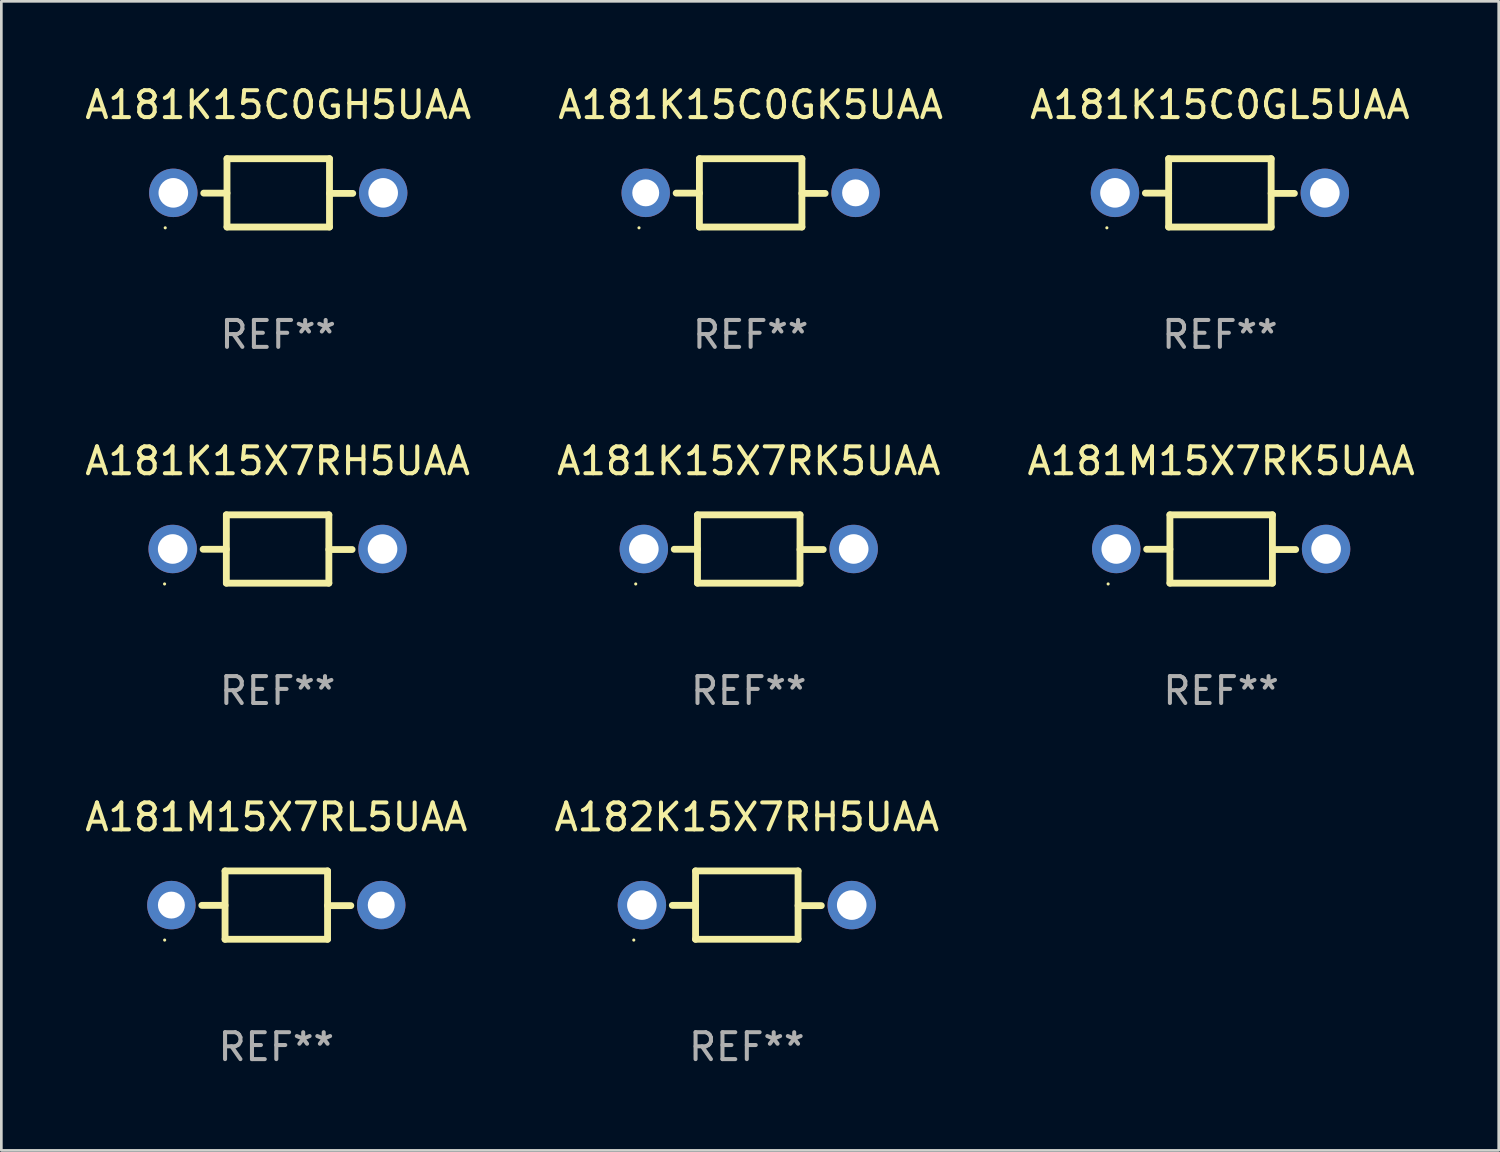
<source format=kicad_pcb>
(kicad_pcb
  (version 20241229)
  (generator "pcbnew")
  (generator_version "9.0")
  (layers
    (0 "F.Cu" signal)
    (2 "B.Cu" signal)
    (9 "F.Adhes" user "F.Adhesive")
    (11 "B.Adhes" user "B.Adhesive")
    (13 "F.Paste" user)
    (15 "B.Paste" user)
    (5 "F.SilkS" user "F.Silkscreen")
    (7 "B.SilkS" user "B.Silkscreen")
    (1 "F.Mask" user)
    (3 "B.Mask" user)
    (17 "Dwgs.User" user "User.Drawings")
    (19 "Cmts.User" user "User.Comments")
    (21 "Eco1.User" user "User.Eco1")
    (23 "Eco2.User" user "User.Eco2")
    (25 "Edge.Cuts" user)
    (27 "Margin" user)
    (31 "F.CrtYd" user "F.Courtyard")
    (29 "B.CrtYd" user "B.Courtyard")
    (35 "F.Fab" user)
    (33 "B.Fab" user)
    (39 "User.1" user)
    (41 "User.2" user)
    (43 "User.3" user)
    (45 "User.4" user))
  (footprint "A181M15X7RK5UAA"
    (layer "F.Cu")
    (at 42.339 17.355)
    (property "Reference" "A181M15X7RK5UAA" (at 0 -3.27 0) (layer "F.SilkS") (effects (font (size 1 1) (thickness 0.15))))
    (attr through_hole)
    (fp_line (start -1.905 -1.27) (end -1.905 1.27) (stroke (width 0.254) (type solid)) (layer "F.SilkS"))
    (fp_line (start -1.905 0.01) (end -2.769 0.01) (stroke (width 0.254) (type solid)) (layer "F.SilkS"))
    (fp_line (start -1.905 1.27) (end 1.905 1.27) (stroke (width 0.254) (type solid)) (layer "F.SilkS"))
    (fp_line (start 1.905 -1.27) (end -1.905 -1.27) (stroke (width 0.254) (type solid)) (layer "F.SilkS"))
    (fp_line (start 1.905 0.02) (end 2.769 0.02) (stroke (width 0.254) (type solid)) (layer "F.SilkS"))
    (fp_line (start 1.905 1.27) (end 1.905 -1.27) (stroke (width 0.254) (type solid)) (layer "F.SilkS"))
    (fp_circle (center -4.201 1.3) (end -4.171 1.3) (stroke (width 0.06) (type solid)) (fill no) (layer "F.SilkS"))
    (fp_text user "REF**" (at 0 5.27 0) (layer "F.Fab") (effects (font (size 1 1) (thickness 0.15))))
    (pad "1" thru_hole circle (at -3.9 0) (size 1.8 1.8) (drill 1.1) (layers "*.Cu" "*.Mask"))
    (pad "2" thru_hole circle (at 3.9 0) (size 1.8 1.8) (drill 1.1) (layers "*.Cu" "*.Mask")))
  (footprint "A181M15X7RL5UAA"
    (layer "F.Cu")
    (at 7.22 30.591)
    (property "Reference" "A181M15X7RL5UAA" (at 0 -3.27 0) (layer "F.SilkS") (effects (font (size 1 1) (thickness 0.15))))
    (attr through_hole)
    (fp_line (start -1.905 -1.27) (end -1.905 1.27) (stroke (width 0.254) (type solid)) (layer "F.SilkS"))
    (fp_line (start -1.905 0.01) (end -2.769 0.01) (stroke (width 0.254) (type solid)) (layer "F.SilkS"))
    (fp_line (start -1.905 1.27) (end 1.905 1.27) (stroke (width 0.254) (type solid)) (layer "F.SilkS"))
    (fp_line (start 1.905 -1.27) (end -1.905 -1.27) (stroke (width 0.254) (type solid)) (layer "F.SilkS"))
    (fp_line (start 1.905 0.02) (end 2.769 0.02) (stroke (width 0.254) (type solid)) (layer "F.SilkS"))
    (fp_line (start 1.905 1.27) (end 1.905 -1.27) (stroke (width 0.254) (type solid)) (layer "F.SilkS"))
    (fp_circle (center -4.15 1.3) (end -4.12 1.3) (stroke (width 0.06) (type solid)) (fill no) (layer "F.SilkS"))
    (fp_text user "REF**" (at 0 5.27 0) (layer "F.Fab") (effects (font (size 1 1) (thickness 0.15))))
    (pad "1" thru_hole circle (at -3.9 0) (size 1.8 1.8) (drill 1) (layers "*.Cu" "*.Mask"))
    (pad "2" thru_hole circle (at 3.9 0) (size 1.8 1.8) (drill 1) (layers "*.Cu" "*.Mask")))
  (footprint "A181K15C0GL5UAA"
    (layer "F.Cu")
    (at 42.292 4.118)
    (property "Reference" "A181K15C0GL5UAA" (at 0 -3.27 0) (layer "F.SilkS") (effects (font (size 1 1) (thickness 0.15))))
    (attr through_hole)
    (fp_line (start -1.905 -1.27) (end -1.905 1.27) (stroke (width 0.254) (type solid)) (layer "F.SilkS"))
    (fp_line (start -1.905 0.01) (end -2.769 0.01) (stroke (width 0.254) (type solid)) (layer "F.SilkS"))
    (fp_line (start -1.905 1.27) (end 1.905 1.27) (stroke (width 0.254) (type solid)) (layer "F.SilkS"))
    (fp_line (start 1.905 -1.27) (end -1.905 -1.27) (stroke (width 0.254) (type solid)) (layer "F.SilkS"))
    (fp_line (start 1.905 0.02) (end 2.769 0.02) (stroke (width 0.254) (type solid)) (layer "F.SilkS"))
    (fp_line (start 1.905 1.27) (end 1.905 -1.27) (stroke (width 0.254) (type solid)) (layer "F.SilkS"))
    (fp_circle (center -4.201 1.3) (end -4.171 1.3) (stroke (width 0.06) (type solid)) (fill no) (layer "F.SilkS"))
    (fp_text user "REF**" (at 0 5.27 0) (layer "F.Fab") (effects (font (size 1 1) (thickness 0.15))))
    (pad "1" thru_hole circle (at -3.9 0) (size 1.8 1.8) (drill 1.1) (layers "*.Cu" "*.Mask"))
    (pad "2" thru_hole circle (at 3.9 0) (size 1.8 1.8) (drill 1.1) (layers "*.Cu" "*.Mask")))
  (footprint "A182K15X7RH5UAA"
    (layer "F.Cu")
    (at 24.708 30.591)
    (property "Reference" "A182K15X7RH5UAA" (at 0 -3.27 0) (layer "F.SilkS") (effects (font (size 1 1) (thickness 0.15))))
    (attr through_hole)
    (fp_line (start -1.905 -1.27) (end -1.905 1.27) (stroke (width 0.254) (type solid)) (layer "F.SilkS"))
    (fp_line (start -1.905 0.01) (end -2.769 0.01) (stroke (width 0.254) (type solid)) (layer "F.SilkS"))
    (fp_line (start -1.905 1.27) (end 1.905 1.27) (stroke (width 0.254) (type solid)) (layer "F.SilkS"))
    (fp_line (start 1.905 -1.27) (end -1.905 -1.27) (stroke (width 0.254) (type solid)) (layer "F.SilkS"))
    (fp_line (start 1.905 0.02) (end 2.769 0.02) (stroke (width 0.254) (type solid)) (layer "F.SilkS"))
    (fp_line (start 1.905 1.27) (end 1.905 -1.27) (stroke (width 0.254) (type solid)) (layer "F.SilkS"))
    (fp_circle (center -4.201 1.3) (end -4.171 1.3) (stroke (width 0.06) (type solid)) (fill no) (layer "F.SilkS"))
    (fp_text user "REF**" (at 0 5.27 0) (layer "F.Fab") (effects (font (size 1 1) (thickness 0.15))))
    (pad "1" thru_hole circle (at -3.9 0) (size 1.8 1.8) (drill 1.1) (layers "*.Cu" "*.Mask"))
    (pad "2" thru_hole circle (at 3.9 0) (size 1.8 1.8) (drill 1.1) (layers "*.Cu" "*.Mask")))
  (footprint "A181K15C0GK5UAA"
    (layer "F.Cu")
    (at 24.851 4.118)
    (property "Reference" "A181K15C0GK5UAA" (at 0 -3.27 0) (layer "F.SilkS") (effects (font (size 1 1) (thickness 0.15))))
    (attr through_hole)
    (fp_line (start -1.905 -1.27) (end -1.905 1.27) (stroke (width 0.254) (type solid)) (layer "F.SilkS"))
    (fp_line (start -1.905 0.01) (end -2.769 0.01) (stroke (width 0.254) (type solid)) (layer "F.SilkS"))
    (fp_line (start -1.905 1.27) (end 1.905 1.27) (stroke (width 0.254) (type solid)) (layer "F.SilkS"))
    (fp_line (start 1.905 -1.27) (end -1.905 -1.27) (stroke (width 0.254) (type solid)) (layer "F.SilkS"))
    (fp_line (start 1.905 0.02) (end 2.769 0.02) (stroke (width 0.254) (type solid)) (layer "F.SilkS"))
    (fp_line (start 1.905 1.27) (end 1.905 -1.27) (stroke (width 0.254) (type solid)) (layer "F.SilkS"))
    (fp_circle (center -4.15 1.3) (end -4.12 1.3) (stroke (width 0.06) (type solid)) (fill no) (layer "F.SilkS"))
    (fp_text user "REF**" (at 0 5.27 0) (layer "F.Fab") (effects (font (size 1 1) (thickness 0.15))))
    (pad "1" thru_hole circle (at -3.9 0) (size 1.8 1.8) (drill 1) (layers "*.Cu" "*.Mask"))
    (pad "2" thru_hole circle (at 3.9 0) (size 1.8 1.8) (drill 1) (layers "*.Cu" "*.Mask")))
  (footprint "A181K15X7RH5UAA"
    (layer "F.Cu")
    (at 7.268 17.355)
    (property "Reference" "A181K15X7RH5UAA" (at 0 -3.27 0) (layer "F.SilkS") (effects (font (size 1 1) (thickness 0.15))))
    (attr through_hole)
    (fp_line (start -1.905 -1.27) (end -1.905 1.27) (stroke (width 0.254) (type solid)) (layer "F.SilkS"))
    (fp_line (start -1.905 0.01) (end -2.769 0.01) (stroke (width 0.254) (type solid)) (layer "F.SilkS"))
    (fp_line (start -1.905 1.27) (end 1.905 1.27) (stroke (width 0.254) (type solid)) (layer "F.SilkS"))
    (fp_line (start 1.905 -1.27) (end -1.905 -1.27) (stroke (width 0.254) (type solid)) (layer "F.SilkS"))
    (fp_line (start 1.905 0.02) (end 2.769 0.02) (stroke (width 0.254) (type solid)) (layer "F.SilkS"))
    (fp_line (start 1.905 1.27) (end 1.905 -1.27) (stroke (width 0.254) (type solid)) (layer "F.SilkS"))
    (fp_circle (center -4.201 1.3) (end -4.171 1.3) (stroke (width 0.06) (type solid)) (fill no) (layer "F.SilkS"))
    (fp_text user "REF**" (at 0 5.27 0) (layer "F.Fab") (effects (font (size 1 1) (thickness 0.15))))
    (pad "1" thru_hole circle (at -3.9 0) (size 1.8 1.8) (drill 1.1) (layers "*.Cu" "*.Mask"))
    (pad "2" thru_hole circle (at 3.9 0) (size 1.8 1.8) (drill 1.1) (layers "*.Cu" "*.Mask")))
  (footprint "A181K15X7RK5UAA"
    (layer "F.Cu")
    (at 24.78 17.355)
    (property "Reference" "A181K15X7RK5UAA" (at 0 -3.27 0) (layer "F.SilkS") (effects (font (size 1 1) (thickness 0.15))))
    (attr through_hole)
    (fp_line (start -1.905 -1.27) (end -1.905 1.27) (stroke (width 0.254) (type solid)) (layer "F.SilkS"))
    (fp_line (start -1.905 0.01) (end -2.769 0.01) (stroke (width 0.254) (type solid)) (layer "F.SilkS"))
    (fp_line (start -1.905 1.27) (end 1.905 1.27) (stroke (width 0.254) (type solid)) (layer "F.SilkS"))
    (fp_line (start 1.905 -1.27) (end -1.905 -1.27) (stroke (width 0.254) (type solid)) (layer "F.SilkS"))
    (fp_line (start 1.905 0.02) (end 2.769 0.02) (stroke (width 0.254) (type solid)) (layer "F.SilkS"))
    (fp_line (start 1.905 1.27) (end 1.905 -1.27) (stroke (width 0.254) (type solid)) (layer "F.SilkS"))
    (fp_circle (center -4.201 1.3) (end -4.171 1.3) (stroke (width 0.06) (type solid)) (fill no) (layer "F.SilkS"))
    (fp_text user "REF**" (at 0 5.27 0) (layer "F.Fab") (effects (font (size 1 1) (thickness 0.15))))
    (pad "1" thru_hole circle (at -3.9 0) (size 1.8 1.8) (drill 1.1) (layers "*.Cu" "*.Mask"))
    (pad "2" thru_hole circle (at 3.9 0) (size 1.8 1.8) (drill 1.1) (layers "*.Cu" "*.Mask")))
  (footprint "A181K15C0GH5UAA"
    (layer "F.Cu")
    (at 7.292 4.118)
    (property "Reference" "A181K15C0GH5UAA" (at 0 -3.27 0) (layer "F.SilkS") (effects (font (size 1 1) (thickness 0.15))))
    (attr through_hole)
    (fp_line (start -1.905 -1.27) (end -1.905 1.27) (stroke (width 0.254) (type solid)) (layer "F.SilkS"))
    (fp_line (start -1.905 0.01) (end -2.769 0.01) (stroke (width 0.254) (type solid)) (layer "F.SilkS"))
    (fp_line (start -1.905 1.27) (end 1.905 1.27) (stroke (width 0.254) (type solid)) (layer "F.SilkS"))
    (fp_line (start 1.905 -1.27) (end -1.905 -1.27) (stroke (width 0.254) (type solid)) (layer "F.SilkS"))
    (fp_line (start 1.905 0.02) (end 2.769 0.02) (stroke (width 0.254) (type solid)) (layer "F.SilkS"))
    (fp_line (start 1.905 1.27) (end 1.905 -1.27) (stroke (width 0.254) (type solid)) (layer "F.SilkS"))
    (fp_circle (center -4.201 1.3) (end -4.171 1.3) (stroke (width 0.06) (type solid)) (fill no) (layer "F.SilkS"))
    (fp_text user "REF**" (at 0 5.27 0) (layer "F.Fab") (effects (font (size 1 1) (thickness 0.15))))
    (pad "1" thru_hole circle (at -3.9 0) (size 1.8 1.8) (drill 1.1) (layers "*.Cu" "*.Mask"))
    (pad "2" thru_hole circle (at 3.9 0) (size 1.8 1.8) (drill 1.1) (layers "*.Cu" "*.Mask")))
  (gr_rect
    (start -3 -3)
    (end 52.655 39.71)
    (stroke (width 0.1) (type default))
    (fill no)
    (layer "Edge.Cuts")))
</source>
